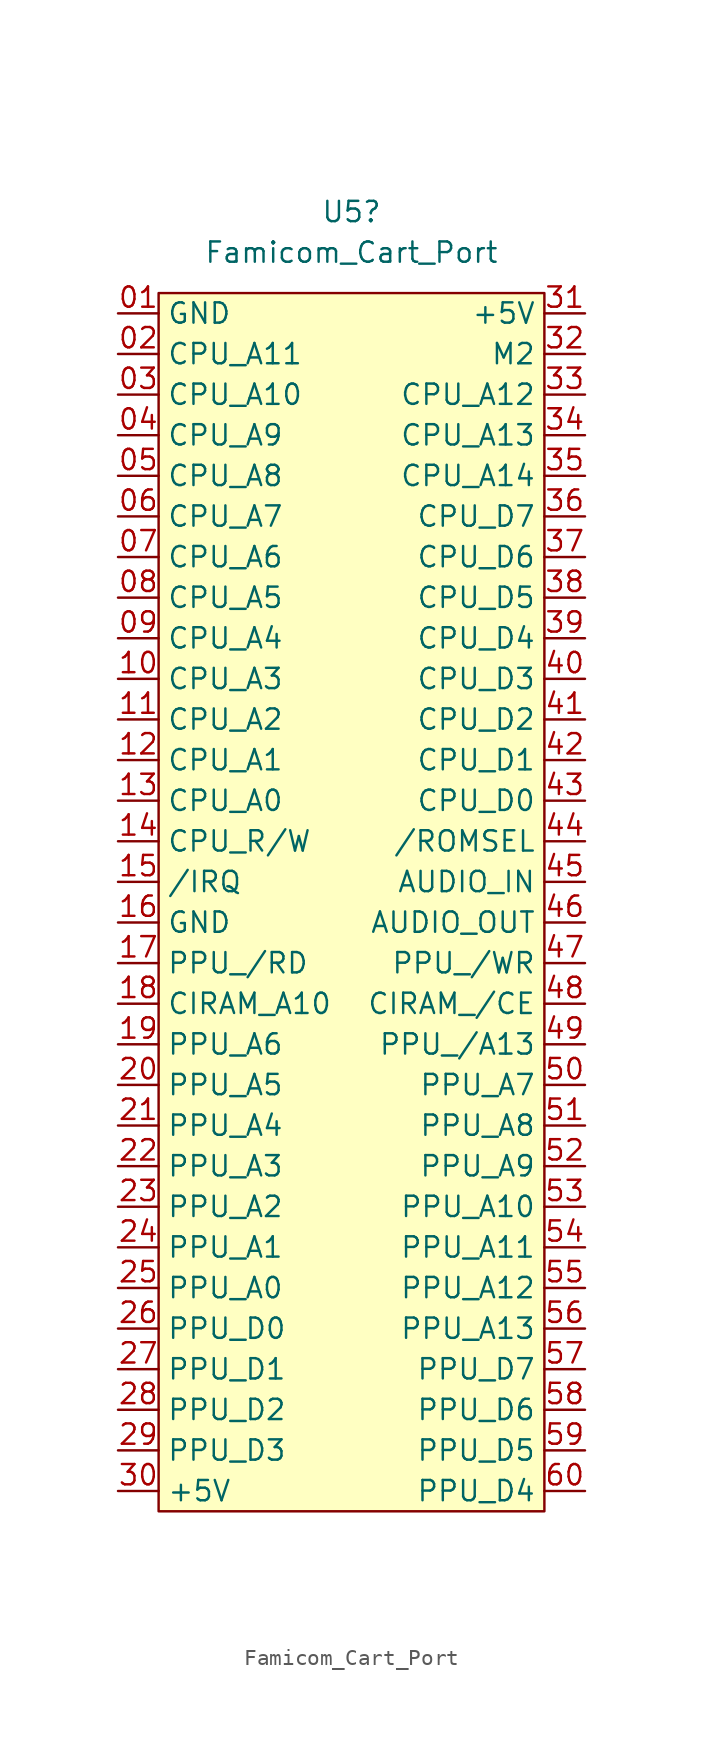
<source format=kicad_sym>
(kicad_symbol_lib
  (version 20211014)
  (generator kicad_symbol_editor)
  (symbol "Famicom_Cart_Port"
    (property "Reference" "U5"
      (at 12.065 81.28 0)
      (effects (font (size 1.27 1.27))))
    (property "Value" "Famicom_Cart_Port"
      (at 12.065 78.74 0)
      (effects (font (size 1.27 1.27))))
    (symbol "Famicom_Cart_Port_0_1"
      (rectangle (start 0 76.2) (end 24.13 0) (stroke (width 0) (type default) (color 0 0 0 0)) (fill (type background))))
    (symbol "Famicom_Cart_Port_1_1"
      (pin passive line (at -2.54 74.93 0) (length 2.54) (name "GND" (effects (font (size 1.27 1.27)))) (number "01" (effects (font (size 1.27 1.27)))))
      (pin output line (at -2.54 72.39 0) (length 2.54) (name "CPU_A11" (effects (font (size 1.27 1.27)))) (number "02" (effects (font (size 1.27 1.27)))))
      (pin output line (at -2.54 69.85 0) (length 2.54) (name "CPU_A10" (effects (font (size 1.27 1.27)))) (number "03" (effects (font (size 1.27 1.27)))))
      (pin output line (at -2.54 67.31 0) (length 2.54) (name "CPU_A9" (effects (font (size 1.27 1.27)))) (number "04" (effects (font (size 1.27 1.27)))))
      (pin output line (at -2.54 64.77 0) (length 2.54) (name "CPU_A8" (effects (font (size 1.27 1.27)))) (number "05" (effects (font (size 1.27 1.27)))))
      (pin output line (at -2.54 62.23 0) (length 2.54) (name "CPU_A7" (effects (font (size 1.27 1.27)))) (number "06" (effects (font (size 1.27 1.27)))))
      (pin output line (at -2.54 59.69 0) (length 2.54) (name "CPU_A6" (effects (font (size 1.27 1.27)))) (number "07" (effects (font (size 1.27 1.27)))))
      (pin output line (at -2.54 57.15 0) (length 2.54) (name "CPU_A5" (effects (font (size 1.27 1.27)))) (number "08" (effects (font (size 1.27 1.27)))))
      (pin output line (at -2.54 54.61 0) (length 2.54) (name "CPU_A4" (effects (font (size 1.27 1.27)))) (number "09" (effects (font (size 1.27 1.27)))))
      (pin output line (at -2.54 52.07 0) (length 2.54) (name "CPU_A3" (effects (font (size 1.27 1.27)))) (number "10" (effects (font (size 1.27 1.27)))))
      (pin output line (at -2.54 49.53 0) (length 2.54) (name "CPU_A2" (effects (font (size 1.27 1.27)))) (number "11" (effects (font (size 1.27 1.27)))))
      (pin output line (at -2.54 46.99 0) (length 2.54) (name "CPU_A1" (effects (font (size 1.27 1.27)))) (number "12" (effects (font (size 1.27 1.27)))))
      (pin output line (at -2.54 44.45 0) (length 2.54) (name "CPU_A0" (effects (font (size 1.27 1.27)))) (number "13" (effects (font (size 1.27 1.27)))))
      (pin output line (at -2.54 41.91 0) (length 2.54) (name "CPU_R/W" (effects (font (size 1.27 1.27)))) (number "14" (effects (font (size 1.27 1.27)))))
      (pin input line (at -2.54 39.37 0) (length 2.54) (name "/IRQ" (effects (font (size 1.27 1.27)))) (number "15" (effects (font (size 1.27 1.27)))))
      (pin passive line (at -2.54 36.83 0) (length 2.54) (name "GND" (effects (font (size 1.27 1.27)))) (number "16" (effects (font (size 1.27 1.27)))))
      (pin output line (at -2.54 34.29 0) (length 2.54) (name "PPU_/RD" (effects (font (size 1.27 1.27)))) (number "17" (effects (font (size 1.27 1.27)))))
      (pin input line (at -2.54 31.75 0) (length 2.54) (name "CIRAM_A10" (effects (font (size 1.27 1.27)))) (number "18" (effects (font (size 1.27 1.27)))))
      (pin output line (at -2.54 29.21 0) (length 2.54) (name "PPU_A6" (effects (font (size 1.27 1.27)))) (number "19" (effects (font (size 1.27 1.27)))))
      (pin output line (at -2.54 26.67 0) (length 2.54) (name "PPU_A5" (effects (font (size 1.27 1.27)))) (number "20" (effects (font (size 1.27 1.27)))))
      (pin output line (at -2.54 24.13 0) (length 2.54) (name "PPU_A4" (effects (font (size 1.27 1.27)))) (number "21" (effects (font (size 1.27 1.27)))))
      (pin output line (at -2.54 21.59 0) (length 2.54) (name "PPU_A3" (effects (font (size 1.27 1.27)))) (number "22" (effects (font (size 1.27 1.27)))))
      (pin output line (at -2.54 19.05 0) (length 2.54) (name "PPU_A2" (effects (font (size 1.27 1.27)))) (number "23" (effects (font (size 1.27 1.27)))))
      (pin output line (at -2.54 16.51 0) (length 2.54) (name "PPU_A1" (effects (font (size 1.27 1.27)))) (number "24" (effects (font (size 1.27 1.27)))))
      (pin output line (at -2.54 13.97 0) (length 2.54) (name "PPU_A0" (effects (font (size 1.27 1.27)))) (number "25" (effects (font (size 1.27 1.27)))))
      (pin bidirectional line (at -2.54 11.43 0) (length 2.54) (name "PPU_D0" (effects (font (size 1.27 1.27)))) (number "26" (effects (font (size 1.27 1.27)))))
      (pin bidirectional line (at -2.54 8.89 0) (length 2.54) (name "PPU_D1" (effects (font (size 1.27 1.27)))) (number "27" (effects (font (size 1.27 1.27)))))
      (pin bidirectional line (at -2.54 6.35 0) (length 2.54) (name "PPU_D2" (effects (font (size 1.27 1.27)))) (number "28" (effects (font (size 1.27 1.27)))))
      (pin bidirectional line (at -2.54 3.81 0) (length 2.54) (name "PPU_D3" (effects (font (size 1.27 1.27)))) (number "29" (effects (font (size 1.27 1.27)))))
      (pin passive line (at -2.54 1.27 0) (length 2.54) (name "+5V" (effects (font (size 1.27 1.27)))) (number "30" (effects (font (size 1.27 1.27)))))
      (pin passive line (at 26.67 74.93 180) (length 2.54) (name "+5V" (effects (font (size 1.27 1.27)))) (number "31" (effects (font (size 1.27 1.27)))))
      (pin input line (at 26.67 72.39 180) (length 2.54) (name "M2" (effects (font (size 1.27 1.27)))) (number "32" (effects (font (size 1.27 1.27)))))
      (pin output line (at 26.67 69.85 180) (length 2.54) (name "CPU_A12" (effects (font (size 1.27 1.27)))) (number "33" (effects (font (size 1.27 1.27)))))
      (pin output line (at 26.67 67.31 180) (length 2.54) (name "CPU_A13" (effects (font (size 1.27 1.27)))) (number "34" (effects (font (size 1.27 1.27)))))
      (pin output line (at 26.67 64.77 180) (length 2.54) (name "CPU_A14" (effects (font (size 1.27 1.27)))) (number "35" (effects (font (size 1.27 1.27)))))
      (pin input line (at 26.67 62.23 180) (length 2.54) (name "CPU_D7" (effects (font (size 1.27 1.27)))) (number "36" (effects (font (size 1.27 1.27)))))
      (pin input line (at 26.67 59.69 180) (length 2.54) (name "CPU_D6" (effects (font (size 1.27 1.27)))) (number "37" (effects (font (size 1.27 1.27)))))
      (pin input line (at 26.67 57.15 180) (length 2.54) (name "CPU_D5" (effects (font (size 1.27 1.27)))) (number "38" (effects (font (size 1.27 1.27)))))
      (pin input line (at 26.67 54.61 180) (length 2.54) (name "CPU_D4" (effects (font (size 1.27 1.27)))) (number "39" (effects (font (size 1.27 1.27)))))
      (pin input line (at 26.67 52.07 180) (length 2.54) (name "CPU_D3" (effects (font (size 1.27 1.27)))) (number "40" (effects (font (size 1.27 1.27)))))
      (pin input line (at 26.67 49.53 180) (length 2.54) (name "CPU_D2" (effects (font (size 1.27 1.27)))) (number "41" (effects (font (size 1.27 1.27)))))
      (pin input line (at 26.67 46.99 180) (length 2.54) (name "CPU_D1" (effects (font (size 1.27 1.27)))) (number "42" (effects (font (size 1.27 1.27)))))
      (pin input line (at 26.67 44.45 180) (length 2.54) (name "CPU_D0" (effects (font (size 1.27 1.27)))) (number "43" (effects (font (size 1.27 1.27)))))
      (pin output line (at 26.67 41.91 180) (length 2.54) (name "/ROMSEL" (effects (font (size 1.27 1.27)))) (number "44" (effects (font (size 1.27 1.27)))))
      (pin passive line (at 26.67 39.37 180) (length 2.54) (name "AUDIO_IN" (effects (font (size 1.27 1.27)))) (number "45" (effects (font (size 1.27 1.27)))))
      (pin passive line (at 26.67 36.83 180) (length 2.54) (name "AUDIO_OUT" (effects (font (size 1.27 1.27)))) (number "46" (effects (font (size 1.27 1.27)))))
      (pin passive line (at 26.67 34.29 180) (length 2.54) (name "PPU_/WR" (effects (font (size 1.27 1.27)))) (number "47" (effects (font (size 1.27 1.27)))))
      (pin passive line (at 26.67 31.75 180) (length 2.54) (name "CIRAM_/CE" (effects (font (size 1.27 1.27)))) (number "48" (effects (font (size 1.27 1.27)))))
      (pin passive line (at 26.67 29.21 180) (length 2.54) (name "PPU_/A13" (effects (font (size 1.27 1.27)))) (number "49" (effects (font (size 1.27 1.27)))))
      (pin output line (at 26.67 26.67 180) (length 2.54) (name "PPU_A7" (effects (font (size 1.27 1.27)))) (number "50" (effects (font (size 1.27 1.27)))))
      (pin output line (at 26.67 24.13 180) (length 2.54) (name "PPU_A8" (effects (font (size 1.27 1.27)))) (number "51" (effects (font (size 1.27 1.27)))))
      (pin output line (at 26.67 21.59 180) (length 2.54) (name "PPU_A9" (effects (font (size 1.27 1.27)))) (number "52" (effects (font (size 1.27 1.27)))))
      (pin output line (at 26.67 19.05 180) (length 2.54) (name "PPU_A10" (effects (font (size 1.27 1.27)))) (number "53" (effects (font (size 1.27 1.27)))))
      (pin output line (at 26.67 16.51 180) (length 2.54) (name "PPU_A11" (effects (font (size 1.27 1.27)))) (number "54" (effects (font (size 1.27 1.27)))))
      (pin output line (at 26.67 13.97 180) (length 2.54) (name "PPU_A12" (effects (font (size 1.27 1.27)))) (number "55" (effects (font (size 1.27 1.27)))))
      (pin output line (at 26.67 11.43 180) (length 2.54) (name "PPU_A13" (effects (font (size 1.27 1.27)))) (number "56" (effects (font (size 1.27 1.27)))))
      (pin bidirectional line (at 26.67 8.89 180) (length 2.54) (name "PPU_D7" (effects (font (size 1.27 1.27)))) (number "57" (effects (font (size 1.27 1.27)))))
      (pin bidirectional line (at 26.67 6.35 180) (length 2.54) (name "PPU_D6" (effects (font (size 1.27 1.27)))) (number "58" (effects (font (size 1.27 1.27)))))
      (pin bidirectional line (at 26.67 3.81 180) (length 2.54) (name "PPU_D5" (effects (font (size 1.27 1.27)))) (number "59" (effects (font (size 1.27 1.27)))))
      (pin bidirectional line (at 26.67 1.27 180) (length 2.54) (name "PPU_D4" (effects (font (size 1.27 1.27)))) (number "60" (effects (font (size 1.27 1.27))))))))
</source>
